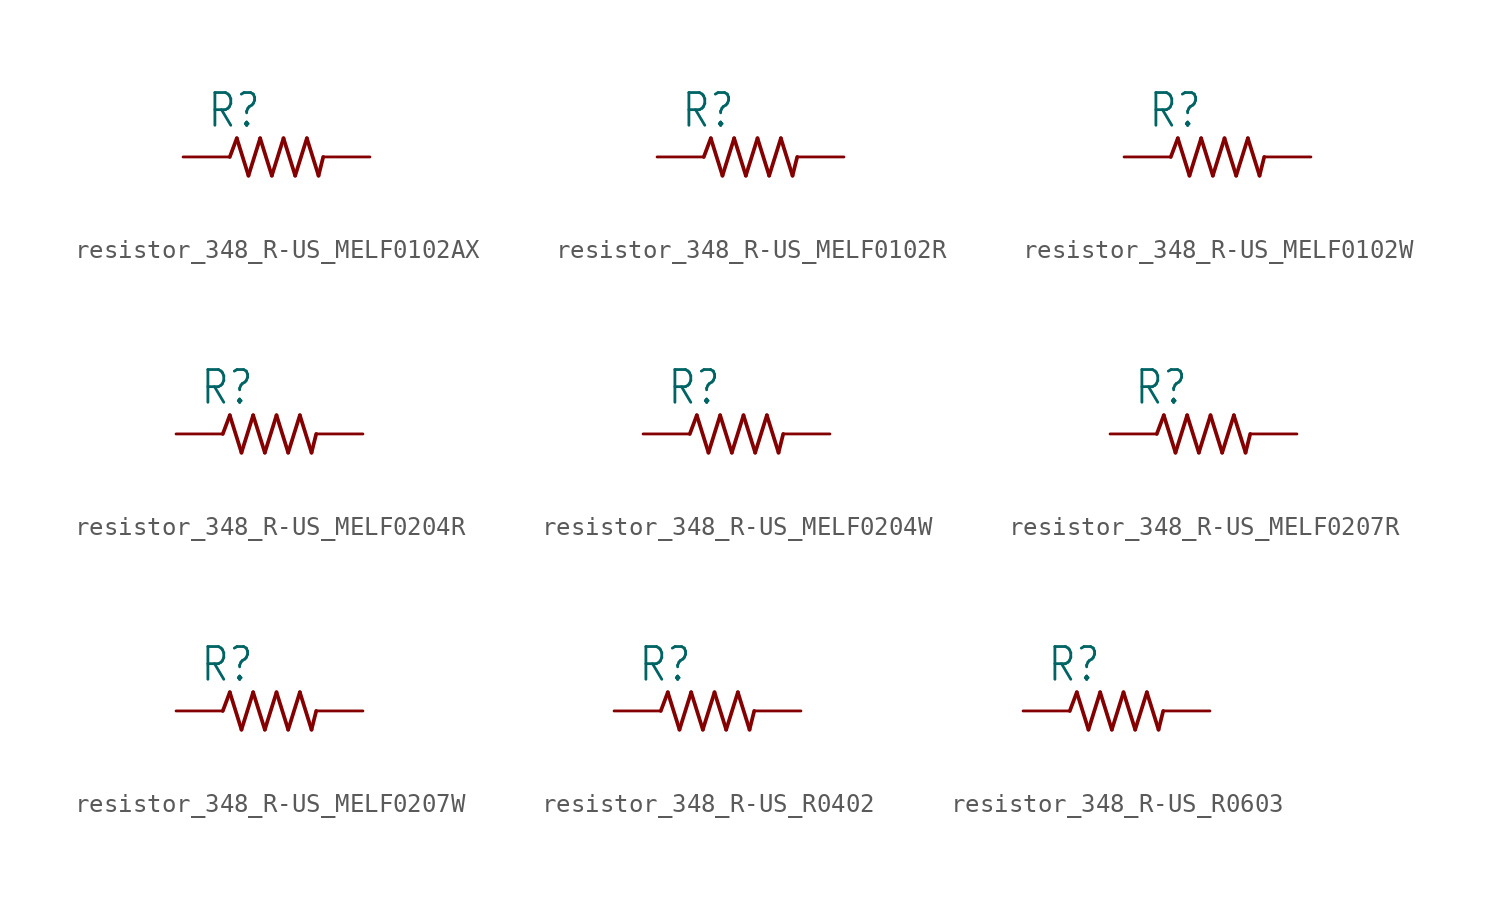
<source format=kicad_sym>
(kicad_symbol_lib
  (version 20241209)
  (generator "kicad_symbol_editor")
  (generator_version "9.0")
  (symbol "resistor_348_R-US_MELF0102AX"
    (property "Reference" "R"
      (at -3.81 1.499 0)
      (effects (font (size 1.778 1.511)) (justify left bottom)))
    (property "Value" ""
      (at -3.81 -3.302 0)
      (effects (font (size 1.778 1.511)) (justify left bottom)))
    (property "ki_locked" ""
      (at 0 0 0)
      (effects (font (size 1.27 1.27))))
    (symbol "resistor_348_R-US_MELF0102AX_1_0"
      (polyline (pts (xy -2.54 0) (xy -2.159 1.016)) (stroke (width 0.203) (type solid)) (fill (type none)))
      (polyline (pts (xy -2.159 1.016) (xy -1.524 -1.016)) (stroke (width 0.203) (type solid)) (fill (type none)))
      (polyline (pts (xy -1.524 -1.016) (xy -0.889 1.016)) (stroke (width 0.203) (type solid)) (fill (type none)))
      (polyline (pts (xy -0.889 1.016) (xy -0.254 -1.016)) (stroke (width 0.203) (type solid)) (fill (type none)))
      (polyline (pts (xy -0.254 -1.016) (xy 0.381 1.016)) (stroke (width 0.203) (type solid)) (fill (type none)))
      (polyline (pts (xy 0.381 1.016) (xy 1.016 -1.016)) (stroke (width 0.203) (type solid)) (fill (type none)))
      (polyline (pts (xy 1.016 -1.016) (xy 1.651 1.016)) (stroke (width 0.203) (type solid)) (fill (type none)))
      (polyline (pts (xy 1.651 1.016) (xy 2.286 -1.016)) (stroke (width 0.203) (type solid)) (fill (type none)))
      (polyline (pts (xy 2.286 -1.016) (xy 2.54 0)) (stroke (width 0.203) (type solid)) (fill (type none)))
      (pin passive line (at -5.08 0 0) (length 2.54) (name "1" (effects (font (size 0 0)))) (number "1" (effects (font (size 0 0)))))
      (pin passive line (at 5.08 0 180) (length 2.54) (name "2" (effects (font (size 0 0)))) (number "2" (effects (font (size 0 0)))))))
  (symbol "resistor_348_R-US_MELF0102R"
    (property "Reference" "R"
      (at -3.81 1.499 0)
      (effects (font (size 1.778 1.511)) (justify left bottom)))
    (property "Value" ""
      (at -3.81 -3.302 0)
      (effects (font (size 1.778 1.511)) (justify left bottom)))
    (property "ki_locked" ""
      (at 0 0 0)
      (effects (font (size 1.27 1.27))))
    (symbol "resistor_348_R-US_MELF0102R_1_0"
      (polyline (pts (xy -2.54 0) (xy -2.159 1.016)) (stroke (width 0.203) (type solid)) (fill (type none)))
      (polyline (pts (xy -2.159 1.016) (xy -1.524 -1.016)) (stroke (width 0.203) (type solid)) (fill (type none)))
      (polyline (pts (xy -1.524 -1.016) (xy -0.889 1.016)) (stroke (width 0.203) (type solid)) (fill (type none)))
      (polyline (pts (xy -0.889 1.016) (xy -0.254 -1.016)) (stroke (width 0.203) (type solid)) (fill (type none)))
      (polyline (pts (xy -0.254 -1.016) (xy 0.381 1.016)) (stroke (width 0.203) (type solid)) (fill (type none)))
      (polyline (pts (xy 0.381 1.016) (xy 1.016 -1.016)) (stroke (width 0.203) (type solid)) (fill (type none)))
      (polyline (pts (xy 1.016 -1.016) (xy 1.651 1.016)) (stroke (width 0.203) (type solid)) (fill (type none)))
      (polyline (pts (xy 1.651 1.016) (xy 2.286 -1.016)) (stroke (width 0.203) (type solid)) (fill (type none)))
      (polyline (pts (xy 2.286 -1.016) (xy 2.54 0)) (stroke (width 0.203) (type solid)) (fill (type none)))
      (pin passive line (at -5.08 0 0) (length 2.54) (name "1" (effects (font (size 0 0)))) (number "1" (effects (font (size 0 0)))))
      (pin passive line (at 5.08 0 180) (length 2.54) (name "2" (effects (font (size 0 0)))) (number "2" (effects (font (size 0 0)))))))
  (symbol "resistor_348_R-US_MELF0102W"
    (property "Reference" "R"
      (at -3.81 1.499 0)
      (effects (font (size 1.778 1.511)) (justify left bottom)))
    (property "Value" ""
      (at -3.81 -3.302 0)
      (effects (font (size 1.778 1.511)) (justify left bottom)))
    (property "ki_locked" ""
      (at 0 0 0)
      (effects (font (size 1.27 1.27))))
    (symbol "resistor_348_R-US_MELF0102W_1_0"
      (polyline (pts (xy -2.54 0) (xy -2.159 1.016)) (stroke (width 0.203) (type solid)) (fill (type none)))
      (polyline (pts (xy -2.159 1.016) (xy -1.524 -1.016)) (stroke (width 0.203) (type solid)) (fill (type none)))
      (polyline (pts (xy -1.524 -1.016) (xy -0.889 1.016)) (stroke (width 0.203) (type solid)) (fill (type none)))
      (polyline (pts (xy -0.889 1.016) (xy -0.254 -1.016)) (stroke (width 0.203) (type solid)) (fill (type none)))
      (polyline (pts (xy -0.254 -1.016) (xy 0.381 1.016)) (stroke (width 0.203) (type solid)) (fill (type none)))
      (polyline (pts (xy 0.381 1.016) (xy 1.016 -1.016)) (stroke (width 0.203) (type solid)) (fill (type none)))
      (polyline (pts (xy 1.016 -1.016) (xy 1.651 1.016)) (stroke (width 0.203) (type solid)) (fill (type none)))
      (polyline (pts (xy 1.651 1.016) (xy 2.286 -1.016)) (stroke (width 0.203) (type solid)) (fill (type none)))
      (polyline (pts (xy 2.286 -1.016) (xy 2.54 0)) (stroke (width 0.203) (type solid)) (fill (type none)))
      (pin passive line (at -5.08 0 0) (length 2.54) (name "1" (effects (font (size 0 0)))) (number "1" (effects (font (size 0 0)))))
      (pin passive line (at 5.08 0 180) (length 2.54) (name "2" (effects (font (size 0 0)))) (number "2" (effects (font (size 0 0)))))))
  (symbol "resistor_348_R-US_MELF0204R"
    (property "Reference" "R"
      (at -3.81 1.499 0)
      (effects (font (size 1.778 1.511)) (justify left bottom)))
    (property "Value" ""
      (at -3.81 -3.302 0)
      (effects (font (size 1.778 1.511)) (justify left bottom)))
    (property "ki_locked" ""
      (at 0 0 0)
      (effects (font (size 1.27 1.27))))
    (symbol "resistor_348_R-US_MELF0204R_1_0"
      (polyline (pts (xy -2.54 0) (xy -2.159 1.016)) (stroke (width 0.203) (type solid)) (fill (type none)))
      (polyline (pts (xy -2.159 1.016) (xy -1.524 -1.016)) (stroke (width 0.203) (type solid)) (fill (type none)))
      (polyline (pts (xy -1.524 -1.016) (xy -0.889 1.016)) (stroke (width 0.203) (type solid)) (fill (type none)))
      (polyline (pts (xy -0.889 1.016) (xy -0.254 -1.016)) (stroke (width 0.203) (type solid)) (fill (type none)))
      (polyline (pts (xy -0.254 -1.016) (xy 0.381 1.016)) (stroke (width 0.203) (type solid)) (fill (type none)))
      (polyline (pts (xy 0.381 1.016) (xy 1.016 -1.016)) (stroke (width 0.203) (type solid)) (fill (type none)))
      (polyline (pts (xy 1.016 -1.016) (xy 1.651 1.016)) (stroke (width 0.203) (type solid)) (fill (type none)))
      (polyline (pts (xy 1.651 1.016) (xy 2.286 -1.016)) (stroke (width 0.203) (type solid)) (fill (type none)))
      (polyline (pts (xy 2.286 -1.016) (xy 2.54 0)) (stroke (width 0.203) (type solid)) (fill (type none)))
      (pin passive line (at -5.08 0 0) (length 2.54) (name "1" (effects (font (size 0 0)))) (number "1" (effects (font (size 0 0)))))
      (pin passive line (at 5.08 0 180) (length 2.54) (name "2" (effects (font (size 0 0)))) (number "2" (effects (font (size 0 0)))))))
  (symbol "resistor_348_R-US_MELF0204W"
    (property "Reference" "R"
      (at -3.81 1.499 0)
      (effects (font (size 1.778 1.511)) (justify left bottom)))
    (property "Value" ""
      (at -3.81 -3.302 0)
      (effects (font (size 1.778 1.511)) (justify left bottom)))
    (property "ki_locked" ""
      (at 0 0 0)
      (effects (font (size 1.27 1.27))))
    (symbol "resistor_348_R-US_MELF0204W_1_0"
      (polyline (pts (xy -2.54 0) (xy -2.159 1.016)) (stroke (width 0.203) (type solid)) (fill (type none)))
      (polyline (pts (xy -2.159 1.016) (xy -1.524 -1.016)) (stroke (width 0.203) (type solid)) (fill (type none)))
      (polyline (pts (xy -1.524 -1.016) (xy -0.889 1.016)) (stroke (width 0.203) (type solid)) (fill (type none)))
      (polyline (pts (xy -0.889 1.016) (xy -0.254 -1.016)) (stroke (width 0.203) (type solid)) (fill (type none)))
      (polyline (pts (xy -0.254 -1.016) (xy 0.381 1.016)) (stroke (width 0.203) (type solid)) (fill (type none)))
      (polyline (pts (xy 0.381 1.016) (xy 1.016 -1.016)) (stroke (width 0.203) (type solid)) (fill (type none)))
      (polyline (pts (xy 1.016 -1.016) (xy 1.651 1.016)) (stroke (width 0.203) (type solid)) (fill (type none)))
      (polyline (pts (xy 1.651 1.016) (xy 2.286 -1.016)) (stroke (width 0.203) (type solid)) (fill (type none)))
      (polyline (pts (xy 2.286 -1.016) (xy 2.54 0)) (stroke (width 0.203) (type solid)) (fill (type none)))
      (pin passive line (at -5.08 0 0) (length 2.54) (name "1" (effects (font (size 0 0)))) (number "1" (effects (font (size 0 0)))))
      (pin passive line (at 5.08 0 180) (length 2.54) (name "2" (effects (font (size 0 0)))) (number "2" (effects (font (size 0 0)))))))
  (symbol "resistor_348_R-US_MELF0207R"
    (property "Reference" "R"
      (at -3.81 1.499 0)
      (effects (font (size 1.778 1.511)) (justify left bottom)))
    (property "Value" ""
      (at -3.81 -3.302 0)
      (effects (font (size 1.778 1.511)) (justify left bottom)))
    (property "ki_locked" ""
      (at 0 0 0)
      (effects (font (size 1.27 1.27))))
    (symbol "resistor_348_R-US_MELF0207R_1_0"
      (polyline (pts (xy -2.54 0) (xy -2.159 1.016)) (stroke (width 0.203) (type solid)) (fill (type none)))
      (polyline (pts (xy -2.159 1.016) (xy -1.524 -1.016)) (stroke (width 0.203) (type solid)) (fill (type none)))
      (polyline (pts (xy -1.524 -1.016) (xy -0.889 1.016)) (stroke (width 0.203) (type solid)) (fill (type none)))
      (polyline (pts (xy -0.889 1.016) (xy -0.254 -1.016)) (stroke (width 0.203) (type solid)) (fill (type none)))
      (polyline (pts (xy -0.254 -1.016) (xy 0.381 1.016)) (stroke (width 0.203) (type solid)) (fill (type none)))
      (polyline (pts (xy 0.381 1.016) (xy 1.016 -1.016)) (stroke (width 0.203) (type solid)) (fill (type none)))
      (polyline (pts (xy 1.016 -1.016) (xy 1.651 1.016)) (stroke (width 0.203) (type solid)) (fill (type none)))
      (polyline (pts (xy 1.651 1.016) (xy 2.286 -1.016)) (stroke (width 0.203) (type solid)) (fill (type none)))
      (polyline (pts (xy 2.286 -1.016) (xy 2.54 0)) (stroke (width 0.203) (type solid)) (fill (type none)))
      (pin passive line (at -5.08 0 0) (length 2.54) (name "1" (effects (font (size 0 0)))) (number "1" (effects (font (size 0 0)))))
      (pin passive line (at 5.08 0 180) (length 2.54) (name "2" (effects (font (size 0 0)))) (number "2" (effects (font (size 0 0)))))))
  (symbol "resistor_348_R-US_MELF0207W"
    (property "Reference" "R"
      (at -3.81 1.499 0)
      (effects (font (size 1.778 1.511)) (justify left bottom)))
    (property "Value" ""
      (at -3.81 -3.302 0)
      (effects (font (size 1.778 1.511)) (justify left bottom)))
    (property "ki_locked" ""
      (at 0 0 0)
      (effects (font (size 1.27 1.27))))
    (symbol "resistor_348_R-US_MELF0207W_1_0"
      (polyline (pts (xy -2.54 0) (xy -2.159 1.016)) (stroke (width 0.203) (type solid)) (fill (type none)))
      (polyline (pts (xy -2.159 1.016) (xy -1.524 -1.016)) (stroke (width 0.203) (type solid)) (fill (type none)))
      (polyline (pts (xy -1.524 -1.016) (xy -0.889 1.016)) (stroke (width 0.203) (type solid)) (fill (type none)))
      (polyline (pts (xy -0.889 1.016) (xy -0.254 -1.016)) (stroke (width 0.203) (type solid)) (fill (type none)))
      (polyline (pts (xy -0.254 -1.016) (xy 0.381 1.016)) (stroke (width 0.203) (type solid)) (fill (type none)))
      (polyline (pts (xy 0.381 1.016) (xy 1.016 -1.016)) (stroke (width 0.203) (type solid)) (fill (type none)))
      (polyline (pts (xy 1.016 -1.016) (xy 1.651 1.016)) (stroke (width 0.203) (type solid)) (fill (type none)))
      (polyline (pts (xy 1.651 1.016) (xy 2.286 -1.016)) (stroke (width 0.203) (type solid)) (fill (type none)))
      (polyline (pts (xy 2.286 -1.016) (xy 2.54 0)) (stroke (width 0.203) (type solid)) (fill (type none)))
      (pin passive line (at -5.08 0 0) (length 2.54) (name "1" (effects (font (size 0 0)))) (number "1" (effects (font (size 0 0)))))
      (pin passive line (at 5.08 0 180) (length 2.54) (name "2" (effects (font (size 0 0)))) (number "2" (effects (font (size 0 0)))))))
  (symbol "resistor_348_R-US_R0402"
    (property "Reference" "R"
      (at -3.81 1.499 0)
      (effects (font (size 1.778 1.511)) (justify left bottom)))
    (property "Value" ""
      (at -3.81 -3.302 0)
      (effects (font (size 1.778 1.511)) (justify left bottom)))
    (property "ki_locked" ""
      (at 0 0 0)
      (effects (font (size 1.27 1.27))))
    (symbol "resistor_348_R-US_R0402_1_0"
      (polyline (pts (xy -2.54 0) (xy -2.159 1.016)) (stroke (width 0.203) (type solid)) (fill (type none)))
      (polyline (pts (xy -2.159 1.016) (xy -1.524 -1.016)) (stroke (width 0.203) (type solid)) (fill (type none)))
      (polyline (pts (xy -1.524 -1.016) (xy -0.889 1.016)) (stroke (width 0.203) (type solid)) (fill (type none)))
      (polyline (pts (xy -0.889 1.016) (xy -0.254 -1.016)) (stroke (width 0.203) (type solid)) (fill (type none)))
      (polyline (pts (xy -0.254 -1.016) (xy 0.381 1.016)) (stroke (width 0.203) (type solid)) (fill (type none)))
      (polyline (pts (xy 0.381 1.016) (xy 1.016 -1.016)) (stroke (width 0.203) (type solid)) (fill (type none)))
      (polyline (pts (xy 1.016 -1.016) (xy 1.651 1.016)) (stroke (width 0.203) (type solid)) (fill (type none)))
      (polyline (pts (xy 1.651 1.016) (xy 2.286 -1.016)) (stroke (width 0.203) (type solid)) (fill (type none)))
      (polyline (pts (xy 2.286 -1.016) (xy 2.54 0)) (stroke (width 0.203) (type solid)) (fill (type none)))
      (pin passive line (at -5.08 0 0) (length 2.54) (name "1" (effects (font (size 0 0)))) (number "1" (effects (font (size 0 0)))))
      (pin passive line (at 5.08 0 180) (length 2.54) (name "2" (effects (font (size 0 0)))) (number "2" (effects (font (size 0 0)))))))
  (symbol "resistor_348_R-US_R0603"
    (property "Reference" "R"
      (at -3.81 1.499 0)
      (effects (font (size 1.778 1.511)) (justify left bottom)))
    (property "Value" ""
      (at -3.81 -3.302 0)
      (effects (font (size 1.778 1.511)) (justify left bottom)))
    (property "ki_locked" ""
      (at 0 0 0)
      (effects (font (size 1.27 1.27))))
    (symbol "resistor_348_R-US_R0603_1_0"
      (polyline (pts (xy -2.54 0) (xy -2.159 1.016)) (stroke (width 0.203) (type solid)) (fill (type none)))
      (polyline (pts (xy -2.159 1.016) (xy -1.524 -1.016)) (stroke (width 0.203) (type solid)) (fill (type none)))
      (polyline (pts (xy -1.524 -1.016) (xy -0.889 1.016)) (stroke (width 0.203) (type solid)) (fill (type none)))
      (polyline (pts (xy -0.889 1.016) (xy -0.254 -1.016)) (stroke (width 0.203) (type solid)) (fill (type none)))
      (polyline (pts (xy -0.254 -1.016) (xy 0.381 1.016)) (stroke (width 0.203) (type solid)) (fill (type none)))
      (polyline (pts (xy 0.381 1.016) (xy 1.016 -1.016)) (stroke (width 0.203) (type solid)) (fill (type none)))
      (polyline (pts (xy 1.016 -1.016) (xy 1.651 1.016)) (stroke (width 0.203) (type solid)) (fill (type none)))
      (polyline (pts (xy 1.651 1.016) (xy 2.286 -1.016)) (stroke (width 0.203) (type solid)) (fill (type none)))
      (polyline (pts (xy 2.286 -1.016) (xy 2.54 0)) (stroke (width 0.203) (type solid)) (fill (type none)))
      (pin passive line (at -5.08 0 0) (length 2.54) (name "1" (effects (font (size 0 0)))) (number "1" (effects (font (size 0 0)))))
      (pin passive line (at 5.08 0 180) (length 2.54) (name "2" (effects (font (size 0 0)))) (number "2" (effects (font (size 0 0))))))))
</source>
